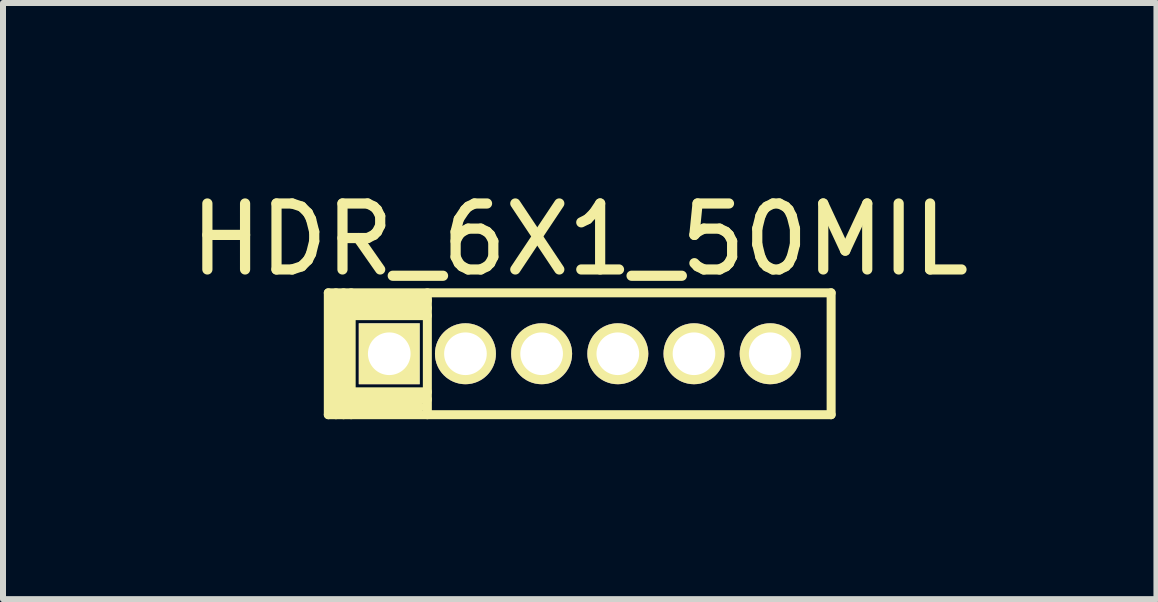
<source format=kicad_pcb>
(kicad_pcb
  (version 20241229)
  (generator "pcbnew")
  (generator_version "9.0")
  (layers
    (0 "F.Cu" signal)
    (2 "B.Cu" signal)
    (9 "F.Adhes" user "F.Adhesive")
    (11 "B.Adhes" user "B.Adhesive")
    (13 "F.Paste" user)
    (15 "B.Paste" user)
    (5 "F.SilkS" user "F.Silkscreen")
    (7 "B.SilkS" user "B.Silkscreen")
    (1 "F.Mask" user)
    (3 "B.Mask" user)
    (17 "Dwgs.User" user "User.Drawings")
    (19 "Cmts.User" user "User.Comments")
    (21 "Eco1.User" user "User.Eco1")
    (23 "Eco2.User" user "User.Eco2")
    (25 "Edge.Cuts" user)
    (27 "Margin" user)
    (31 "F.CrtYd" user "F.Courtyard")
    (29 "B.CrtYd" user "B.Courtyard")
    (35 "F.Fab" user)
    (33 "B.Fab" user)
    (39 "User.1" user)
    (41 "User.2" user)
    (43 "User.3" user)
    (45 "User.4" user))
  (footprint "HDR_6X1_50MIL"
    (layer "F.Cu")
    (at 6.614 2.847)
    (property "Reference" "HDR_6X1_50MIL" (at 0 -1.905 0) (layer "F.SilkS") (effects (font (size 1.1 1.1) (thickness 0.17))))
    (attr through_hole)
    (fp_line (start -4.191 -1.016) (end 4.191 -1.016) (stroke (width 0.15) (type solid)) (layer "F.SilkS"))
    (fp_line (start -4.191 1.016) (end -4.191 -1.016) (stroke (width 0.15) (type solid)) (layer "F.SilkS"))
    (fp_line (start -4.064 1.016) (end -4.064 -1.016) (stroke (width 0.15) (type solid)) (layer "F.SilkS"))
    (fp_line (start -3.937 -1.016) (end -3.937 1.016) (stroke (width 0.15) (type solid)) (layer "F.SilkS"))
    (fp_line (start -3.81 -1.016) (end -3.81 1.016) (stroke (width 0.15) (type solid)) (layer "F.SilkS"))
    (fp_line (start -3.81 -0.889) (end -2.54 -0.889) (stroke (width 0.15) (type solid)) (layer "F.SilkS"))
    (fp_line (start -3.81 -0.635) (end -2.54 -0.635) (stroke (width 0.15) (type solid)) (layer "F.SilkS"))
    (fp_line (start -3.81 0.889) (end -2.667 0.889) (stroke (width 0.15) (type solid)) (layer "F.SilkS"))
    (fp_line (start -2.54 -1.016) (end -2.54 1.016) (stroke (width 0.15) (type solid)) (layer "F.SilkS"))
    (fp_line (start -2.54 -0.762) (end -3.81 -0.762) (stroke (width 0.15) (type solid)) (layer "F.SilkS"))
    (fp_line (start -2.54 0.635) (end -3.81 0.635) (stroke (width 0.15) (type solid)) (layer "F.SilkS"))
    (fp_line (start -2.54 0.762) (end -3.81 0.762) (stroke (width 0.15) (type solid)) (layer "F.SilkS"))
    (fp_line (start 4.191 -1.016) (end 4.191 1.016) (stroke (width 0.15) (type solid)) (layer "F.SilkS"))
    (fp_line (start 4.191 1.016) (end -4.191 1.016) (stroke (width 0.15) (type solid)) (layer "F.SilkS"))
    (pad "1" thru_hole rect (at -3.175 0) (size 1.016 1.016) (drill 0.711) (layers "*.Cu" "*.Mask" "F.SilkS"))
    (pad "2" thru_hole circle (at -1.905 0 90) (size 1.016 1.016) (drill 0.711) (layers "*.Cu" "*.Mask" "F.SilkS"))
    (pad "3" thru_hole circle (at -0.635 0 90) (size 1.016 1.016) (drill 0.711) (layers "*.Cu" "*.Mask" "F.SilkS"))
    (pad "4" thru_hole circle (at 0.635 0 90) (size 1.016 1.016) (drill 0.711) (layers "*.Cu" "*.Mask" "F.SilkS"))
    (pad "5" thru_hole circle (at 1.905 0 90) (size 1.016 1.016) (drill 0.711) (layers "*.Cu" "*.Mask" "F.SilkS"))
    (pad "6" thru_hole circle (at 3.175 0 90) (size 1.016 1.016) (drill 0.711) (layers "*.Cu" "*.Mask" "F.SilkS")))
  (gr_rect
    (start -3 -3)
    (end 16.228 6.938)
    (stroke (width 0.1) (type default))
    (fill no)
    (layer "Edge.Cuts")))
</source>
